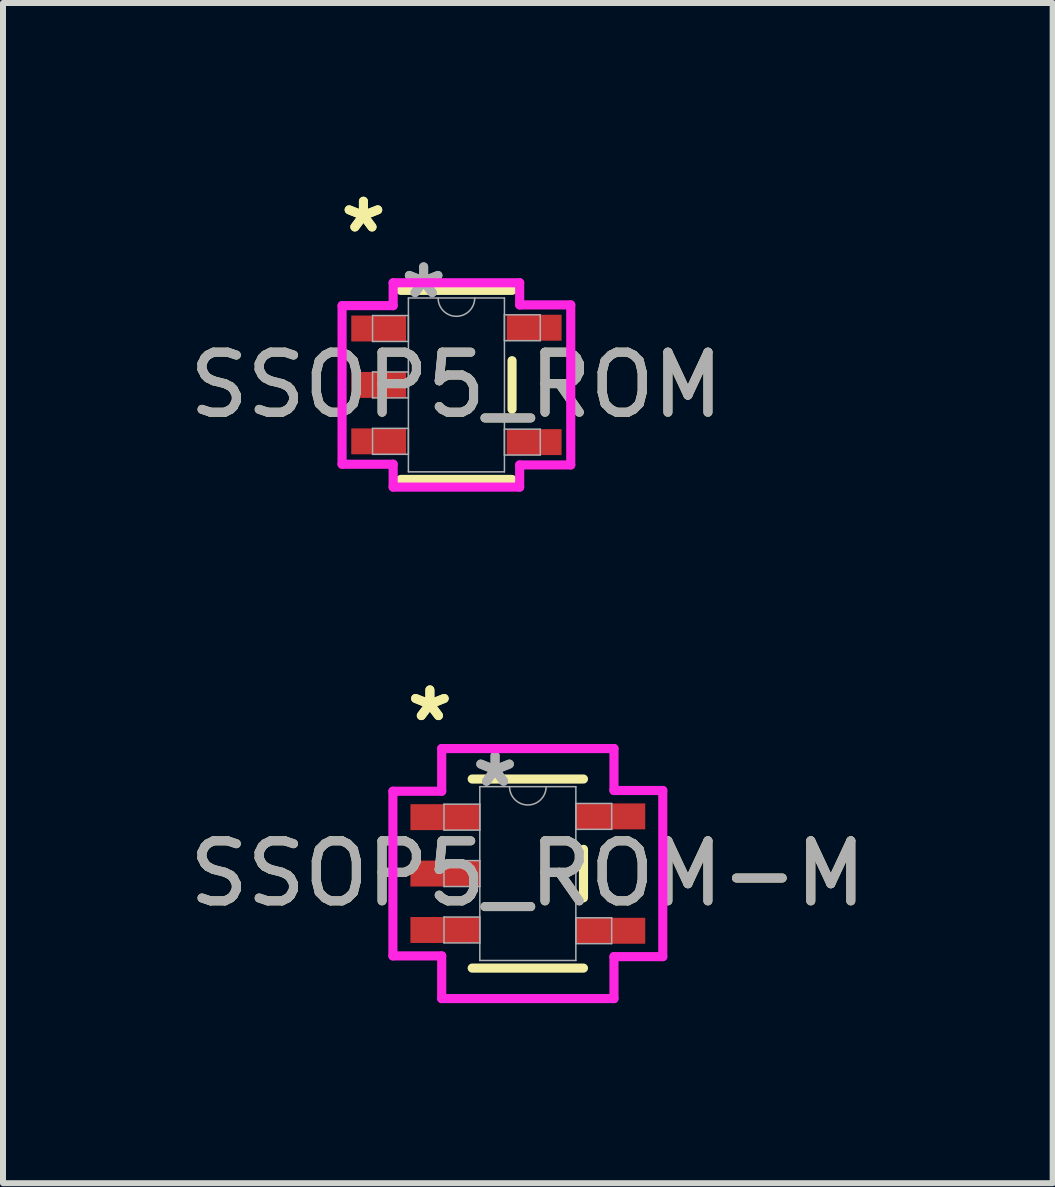
<source format=kicad_pcb>
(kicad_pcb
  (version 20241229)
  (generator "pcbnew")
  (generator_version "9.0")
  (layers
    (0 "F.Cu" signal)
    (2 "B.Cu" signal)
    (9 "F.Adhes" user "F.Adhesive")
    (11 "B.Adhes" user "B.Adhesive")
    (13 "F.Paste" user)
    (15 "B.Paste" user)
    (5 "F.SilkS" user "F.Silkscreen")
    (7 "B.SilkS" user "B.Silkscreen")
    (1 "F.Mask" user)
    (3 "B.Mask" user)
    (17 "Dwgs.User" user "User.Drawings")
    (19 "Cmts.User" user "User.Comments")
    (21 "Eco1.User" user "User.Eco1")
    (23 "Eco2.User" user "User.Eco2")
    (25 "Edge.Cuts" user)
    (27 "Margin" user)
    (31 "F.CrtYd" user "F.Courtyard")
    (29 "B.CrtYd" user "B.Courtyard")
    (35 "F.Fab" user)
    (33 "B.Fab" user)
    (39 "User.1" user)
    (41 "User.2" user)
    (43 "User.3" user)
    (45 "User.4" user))
  (footprint "SSOP5_ROM-M"
    (layer "F.Cu")
    (at 5.744 11.504)
    (property "Reference" "SSOP5_ROM-M" (at 0 0 0) (unlocked yes) (layer "F.SilkS") (effects (font (size 1 1) (thickness 0.15))))
    (attr smd)
    (fp_line (start -0.927 1.575) (end 0.927 1.575) (stroke (width 0.152) (type solid)) (layer "F.SilkS"))
    (fp_line (start 0.927 -1.575) (end -0.927 -1.575) (stroke (width 0.152) (type solid)) (layer "F.SilkS"))
    (fp_line (start 0.927 0.404) (end 0.927 -0.404) (stroke (width 0.152) (type solid)) (layer "F.SilkS"))
    (fp_line (start -2.248 -1.372) (end -1.435 -1.372) (stroke (width 0.152) (type solid)) (layer "F.CrtYd"))
    (fp_line (start -2.248 1.372) (end -2.248 -1.372) (stroke (width 0.152) (type solid)) (layer "F.CrtYd"))
    (fp_line (start -1.435 -2.083) (end 1.435 -2.083) (stroke (width 0.152) (type solid)) (layer "F.CrtYd"))
    (fp_line (start -1.435 -1.372) (end -1.435 -2.083) (stroke (width 0.152) (type solid)) (layer "F.CrtYd"))
    (fp_line (start -1.435 1.372) (end -2.248 1.372) (stroke (width 0.152) (type solid)) (layer "F.CrtYd"))
    (fp_line (start -1.435 2.083) (end -1.435 1.372) (stroke (width 0.152) (type solid)) (layer "F.CrtYd"))
    (fp_line (start 1.435 -2.083) (end 1.435 -1.384) (stroke (width 0.152) (type solid)) (layer "F.CrtYd"))
    (fp_line (start 1.435 -1.384) (end 2.248 -1.384) (stroke (width 0.152) (type solid)) (layer "F.CrtYd"))
    (fp_line (start 1.435 1.384) (end 1.435 2.083) (stroke (width 0.152) (type solid)) (layer "F.CrtYd"))
    (fp_line (start 1.435 2.083) (end -1.435 2.083) (stroke (width 0.152) (type solid)) (layer "F.CrtYd"))
    (fp_line (start 2.248 -1.384) (end 2.248 1.384) (stroke (width 0.152) (type solid)) (layer "F.CrtYd"))
    (fp_line (start 2.248 1.384) (end 1.435 1.384) (stroke (width 0.152) (type solid)) (layer "F.CrtYd"))
    (fp_line (start -1.397 -1.156) (end -1.397 -0.724) (stroke (width 0.025) (type solid)) (layer "F.Fab"))
    (fp_line (start -1.397 -0.724) (end -0.8 -0.724) (stroke (width 0.025) (type solid)) (layer "F.Fab"))
    (fp_line (start -1.397 -0.216) (end -1.397 0.216) (stroke (width 0.025) (type solid)) (layer "F.Fab"))
    (fp_line (start -1.397 0.216) (end -0.8 0.216) (stroke (width 0.025) (type solid)) (layer "F.Fab"))
    (fp_line (start -1.397 0.724) (end -1.397 1.156) (stroke (width 0.025) (type solid)) (layer "F.Fab"))
    (fp_line (start -1.397 1.156) (end -0.8 1.156) (stroke (width 0.025) (type solid)) (layer "F.Fab"))
    (fp_line (start -0.8 -1.448) (end -0.8 1.448) (stroke (width 0.025) (type solid)) (layer "F.Fab"))
    (fp_line (start -0.8 -1.156) (end -1.397 -1.156) (stroke (width 0.025) (type solid)) (layer "F.Fab"))
    (fp_line (start -0.8 -0.724) (end -0.8 -1.156) (stroke (width 0.025) (type solid)) (layer "F.Fab"))
    (fp_line (start -0.8 -0.216) (end -1.397 -0.216) (stroke (width 0.025) (type solid)) (layer "F.Fab"))
    (fp_line (start -0.8 0.216) (end -0.8 -0.216) (stroke (width 0.025) (type solid)) (layer "F.Fab"))
    (fp_line (start -0.8 0.724) (end -1.397 0.724) (stroke (width 0.025) (type solid)) (layer "F.Fab"))
    (fp_line (start -0.8 1.156) (end -0.8 0.724) (stroke (width 0.025) (type solid)) (layer "F.Fab"))
    (fp_line (start -0.8 1.448) (end 0.8 1.448) (stroke (width 0.025) (type solid)) (layer "F.Fab"))
    (fp_line (start 0.8 -1.448) (end -0.8 -1.448) (stroke (width 0.025) (type solid)) (layer "F.Fab"))
    (fp_line (start 0.8 -1.168) (end 0.8 -0.737) (stroke (width 0.025) (type solid)) (layer "F.Fab"))
    (fp_line (start 0.8 -0.737) (end 1.397 -0.737) (stroke (width 0.025) (type solid)) (layer "F.Fab"))
    (fp_line (start 0.8 0.737) (end 0.8 1.168) (stroke (width 0.025) (type solid)) (layer "F.Fab"))
    (fp_line (start 0.8 1.168) (end 1.397 1.168) (stroke (width 0.025) (type solid)) (layer "F.Fab"))
    (fp_line (start 0.8 1.448) (end 0.8 -1.448) (stroke (width 0.025) (type solid)) (layer "F.Fab"))
    (fp_line (start 1.397 -1.168) (end 0.8 -1.168) (stroke (width 0.025) (type solid)) (layer "F.Fab"))
    (fp_line (start 1.397 -0.737) (end 1.397 -1.168) (stroke (width 0.025) (type solid)) (layer "F.Fab"))
    (fp_line (start 1.397 0.737) (end 0.8 0.737) (stroke (width 0.025) (type solid)) (layer "F.Fab"))
    (fp_line (start 1.397 1.168) (end 1.397 0.737) (stroke (width 0.025) (type solid)) (layer "F.Fab"))
    (fp_arc (start 0.3048 -1.4478) (mid 0 -1.143) (end -0.3048 -1.4478) (stroke (width 0.0254) (type solid)) (layer "F.Fab"))
    (fp_text user "*" (at -1.632 -2.515 0) (layer "F.SilkS") (effects (font (size 1 1) (thickness 0.15))))
    (fp_text user "*" (at -1.632 -2.515 0) (unlocked yes) (layer "F.SilkS") (effects (font (size 1 1) (thickness 0.15))))
    (fp_text user "*" (at -0.546 -1.422 0) (layer "F.Fab") (effects (font (size 1 1) (thickness 0.15))))
    (fp_text user "${REFERENCE}" (at 0 0 0) (unlocked yes) (layer "F.Fab") (effects (font (size 1 1) (thickness 0.15))))
    (fp_text user "*" (at -0.546 -1.422 0) (unlocked yes) (layer "F.Fab") (effects (font (size 1 1) (thickness 0.15))))
    (pad "1" smd rect (at -1.378 -0.94) (size 1.156 0.432) (layers "F.Cu" "F.Mask" "F.Paste"))
    (pad "2" smd rect (at -1.378 0) (size 1.156 0.432) (layers "F.Cu" "F.Mask" "F.Paste"))
    (pad "3" smd rect (at -1.378 0.94) (size 1.156 0.432) (layers "F.Cu" "F.Mask" "F.Paste"))
    (pad "4" smd rect (at 1.378 0.953) (size 1.156 0.432) (layers "F.Cu" "F.Mask" "F.Paste"))
    (pad "5" smd rect (at 1.378 -0.953) (size 1.156 0.432) (layers "F.Cu" "F.Mask" "F.Paste")))
  (footprint "SSOP5_ROM"
    (layer "F.Cu")
    (at 4.554 3.363)
    (property "Reference" "SSOP5_ROM" (at 0 0 0) (unlocked yes) (layer "F.SilkS") (effects (font (size 1 1) (thickness 0.15))))
    (attr smd)
    (fp_line (start -0.927 1.575) (end 0.927 1.575) (stroke (width 0.152) (type solid)) (layer "F.SilkS"))
    (fp_line (start 0.927 -1.575) (end -0.927 -1.575) (stroke (width 0.152) (type solid)) (layer "F.SilkS"))
    (fp_line (start 0.927 0.404) (end 0.927 -0.404) (stroke (width 0.152) (type solid)) (layer "F.SilkS"))
    (fp_line (start -1.905 -1.321) (end -1.054 -1.321) (stroke (width 0.152) (type solid)) (layer "F.CrtYd"))
    (fp_line (start -1.905 1.321) (end -1.905 -1.321) (stroke (width 0.152) (type solid)) (layer "F.CrtYd"))
    (fp_line (start -1.054 -1.702) (end 1.054 -1.702) (stroke (width 0.152) (type solid)) (layer "F.CrtYd"))
    (fp_line (start -1.054 -1.321) (end -1.054 -1.702) (stroke (width 0.152) (type solid)) (layer "F.CrtYd"))
    (fp_line (start -1.054 1.321) (end -1.905 1.321) (stroke (width 0.152) (type solid)) (layer "F.CrtYd"))
    (fp_line (start -1.054 1.702) (end -1.054 1.321) (stroke (width 0.152) (type solid)) (layer "F.CrtYd"))
    (fp_line (start 1.054 -1.702) (end 1.054 -1.333) (stroke (width 0.152) (type solid)) (layer "F.CrtYd"))
    (fp_line (start 1.054 -1.333) (end 1.905 -1.333) (stroke (width 0.152) (type solid)) (layer "F.CrtYd"))
    (fp_line (start 1.054 1.333) (end 1.054 1.702) (stroke (width 0.152) (type solid)) (layer "F.CrtYd"))
    (fp_line (start 1.054 1.702) (end -1.054 1.702) (stroke (width 0.152) (type solid)) (layer "F.CrtYd"))
    (fp_line (start 1.905 -1.333) (end 1.905 1.333) (stroke (width 0.152) (type solid)) (layer "F.CrtYd"))
    (fp_line (start 1.905 1.333) (end 1.054 1.333) (stroke (width 0.152) (type solid)) (layer "F.CrtYd"))
    (fp_line (start -1.397 -1.156) (end -1.397 -0.724) (stroke (width 0.025) (type solid)) (layer "F.Fab"))
    (fp_line (start -1.397 -0.724) (end -0.8 -0.724) (stroke (width 0.025) (type solid)) (layer "F.Fab"))
    (fp_line (start -1.397 -0.216) (end -1.397 0.216) (stroke (width 0.025) (type solid)) (layer "F.Fab"))
    (fp_line (start -1.397 0.216) (end -0.8 0.216) (stroke (width 0.025) (type solid)) (layer "F.Fab"))
    (fp_line (start -1.397 0.724) (end -1.397 1.156) (stroke (width 0.025) (type solid)) (layer "F.Fab"))
    (fp_line (start -1.397 1.156) (end -0.8 1.156) (stroke (width 0.025) (type solid)) (layer "F.Fab"))
    (fp_line (start -0.8 -1.448) (end -0.8 1.448) (stroke (width 0.025) (type solid)) (layer "F.Fab"))
    (fp_line (start -0.8 -1.156) (end -1.397 -1.156) (stroke (width 0.025) (type solid)) (layer "F.Fab"))
    (fp_line (start -0.8 -0.724) (end -0.8 -1.156) (stroke (width 0.025) (type solid)) (layer "F.Fab"))
    (fp_line (start -0.8 -0.216) (end -1.397 -0.216) (stroke (width 0.025) (type solid)) (layer "F.Fab"))
    (fp_line (start -0.8 0.216) (end -0.8 -0.216) (stroke (width 0.025) (type solid)) (layer "F.Fab"))
    (fp_line (start -0.8 0.724) (end -1.397 0.724) (stroke (width 0.025) (type solid)) (layer "F.Fab"))
    (fp_line (start -0.8 1.156) (end -0.8 0.724) (stroke (width 0.025) (type solid)) (layer "F.Fab"))
    (fp_line (start -0.8 1.448) (end 0.8 1.448) (stroke (width 0.025) (type solid)) (layer "F.Fab"))
    (fp_line (start 0.8 -1.448) (end -0.8 -1.448) (stroke (width 0.025) (type solid)) (layer "F.Fab"))
    (fp_line (start 0.8 -1.168) (end 0.8 -0.737) (stroke (width 0.025) (type solid)) (layer "F.Fab"))
    (fp_line (start 0.8 -0.737) (end 1.397 -0.737) (stroke (width 0.025) (type solid)) (layer "F.Fab"))
    (fp_line (start 0.8 0.737) (end 0.8 1.168) (stroke (width 0.025) (type solid)) (layer "F.Fab"))
    (fp_line (start 0.8 1.168) (end 1.397 1.168) (stroke (width 0.025) (type solid)) (layer "F.Fab"))
    (fp_line (start 0.8 1.448) (end 0.8 -1.448) (stroke (width 0.025) (type solid)) (layer "F.Fab"))
    (fp_line (start 1.397 -1.168) (end 0.8 -1.168) (stroke (width 0.025) (type solid)) (layer "F.Fab"))
    (fp_line (start 1.397 -0.737) (end 1.397 -1.168) (stroke (width 0.025) (type solid)) (layer "F.Fab"))
    (fp_line (start 1.397 0.737) (end 0.8 0.737) (stroke (width 0.025) (type solid)) (layer "F.Fab"))
    (fp_line (start 1.397 1.168) (end 1.397 0.737) (stroke (width 0.025) (type solid)) (layer "F.Fab"))
    (fp_arc (start 0.3048 -1.4478) (mid 0 -1.143) (end -0.3048 -1.4478) (stroke (width 0.0254) (type solid)) (layer "F.Fab"))
    (fp_text user "*" (at -1.549 -2.515 0) (layer "F.SilkS") (effects (font (size 1 1) (thickness 0.15))))
    (fp_text user "*" (at -1.549 -2.515 0) (unlocked yes) (layer "F.SilkS") (effects (font (size 1 1) (thickness 0.15))))
    (fp_text user "*" (at -0.546 -1.422 0) (unlocked yes) (layer "F.Fab") (effects (font (size 1 1) (thickness 0.15))))
    (fp_text user "*" (at -0.546 -1.422 0) (layer "F.Fab") (effects (font (size 1 1) (thickness 0.15))))
    (fp_text user "${REFERENCE}" (at 0 0 0) (unlocked yes) (layer "F.Fab") (effects (font (size 1 1) (thickness 0.15))))
    (pad "1" smd rect (at -1.295 -0.94) (size 0.914 0.432) (layers "F.Cu" "F.Mask" "F.Paste"))
    (pad "2" smd rect (at -1.295 0) (size 0.914 0.432) (layers "F.Cu" "F.Mask" "F.Paste"))
    (pad "3" smd rect (at -1.295 0.94) (size 0.914 0.432) (layers "F.Cu" "F.Mask" "F.Paste"))
    (pad "4" smd rect (at 1.295 0.953) (size 0.914 0.432) (layers "F.Cu" "F.Mask" "F.Paste"))
    (pad "5" smd rect (at 1.295 -0.953) (size 0.914 0.432) (layers "F.Cu" "F.Mask" "F.Paste")))
  (gr_rect
    (start -3 -3)
    (end 14.488 16.663)
    (stroke (width 0.1) (type default))
    (fill no)
    (layer "Edge.Cuts")))
</source>
